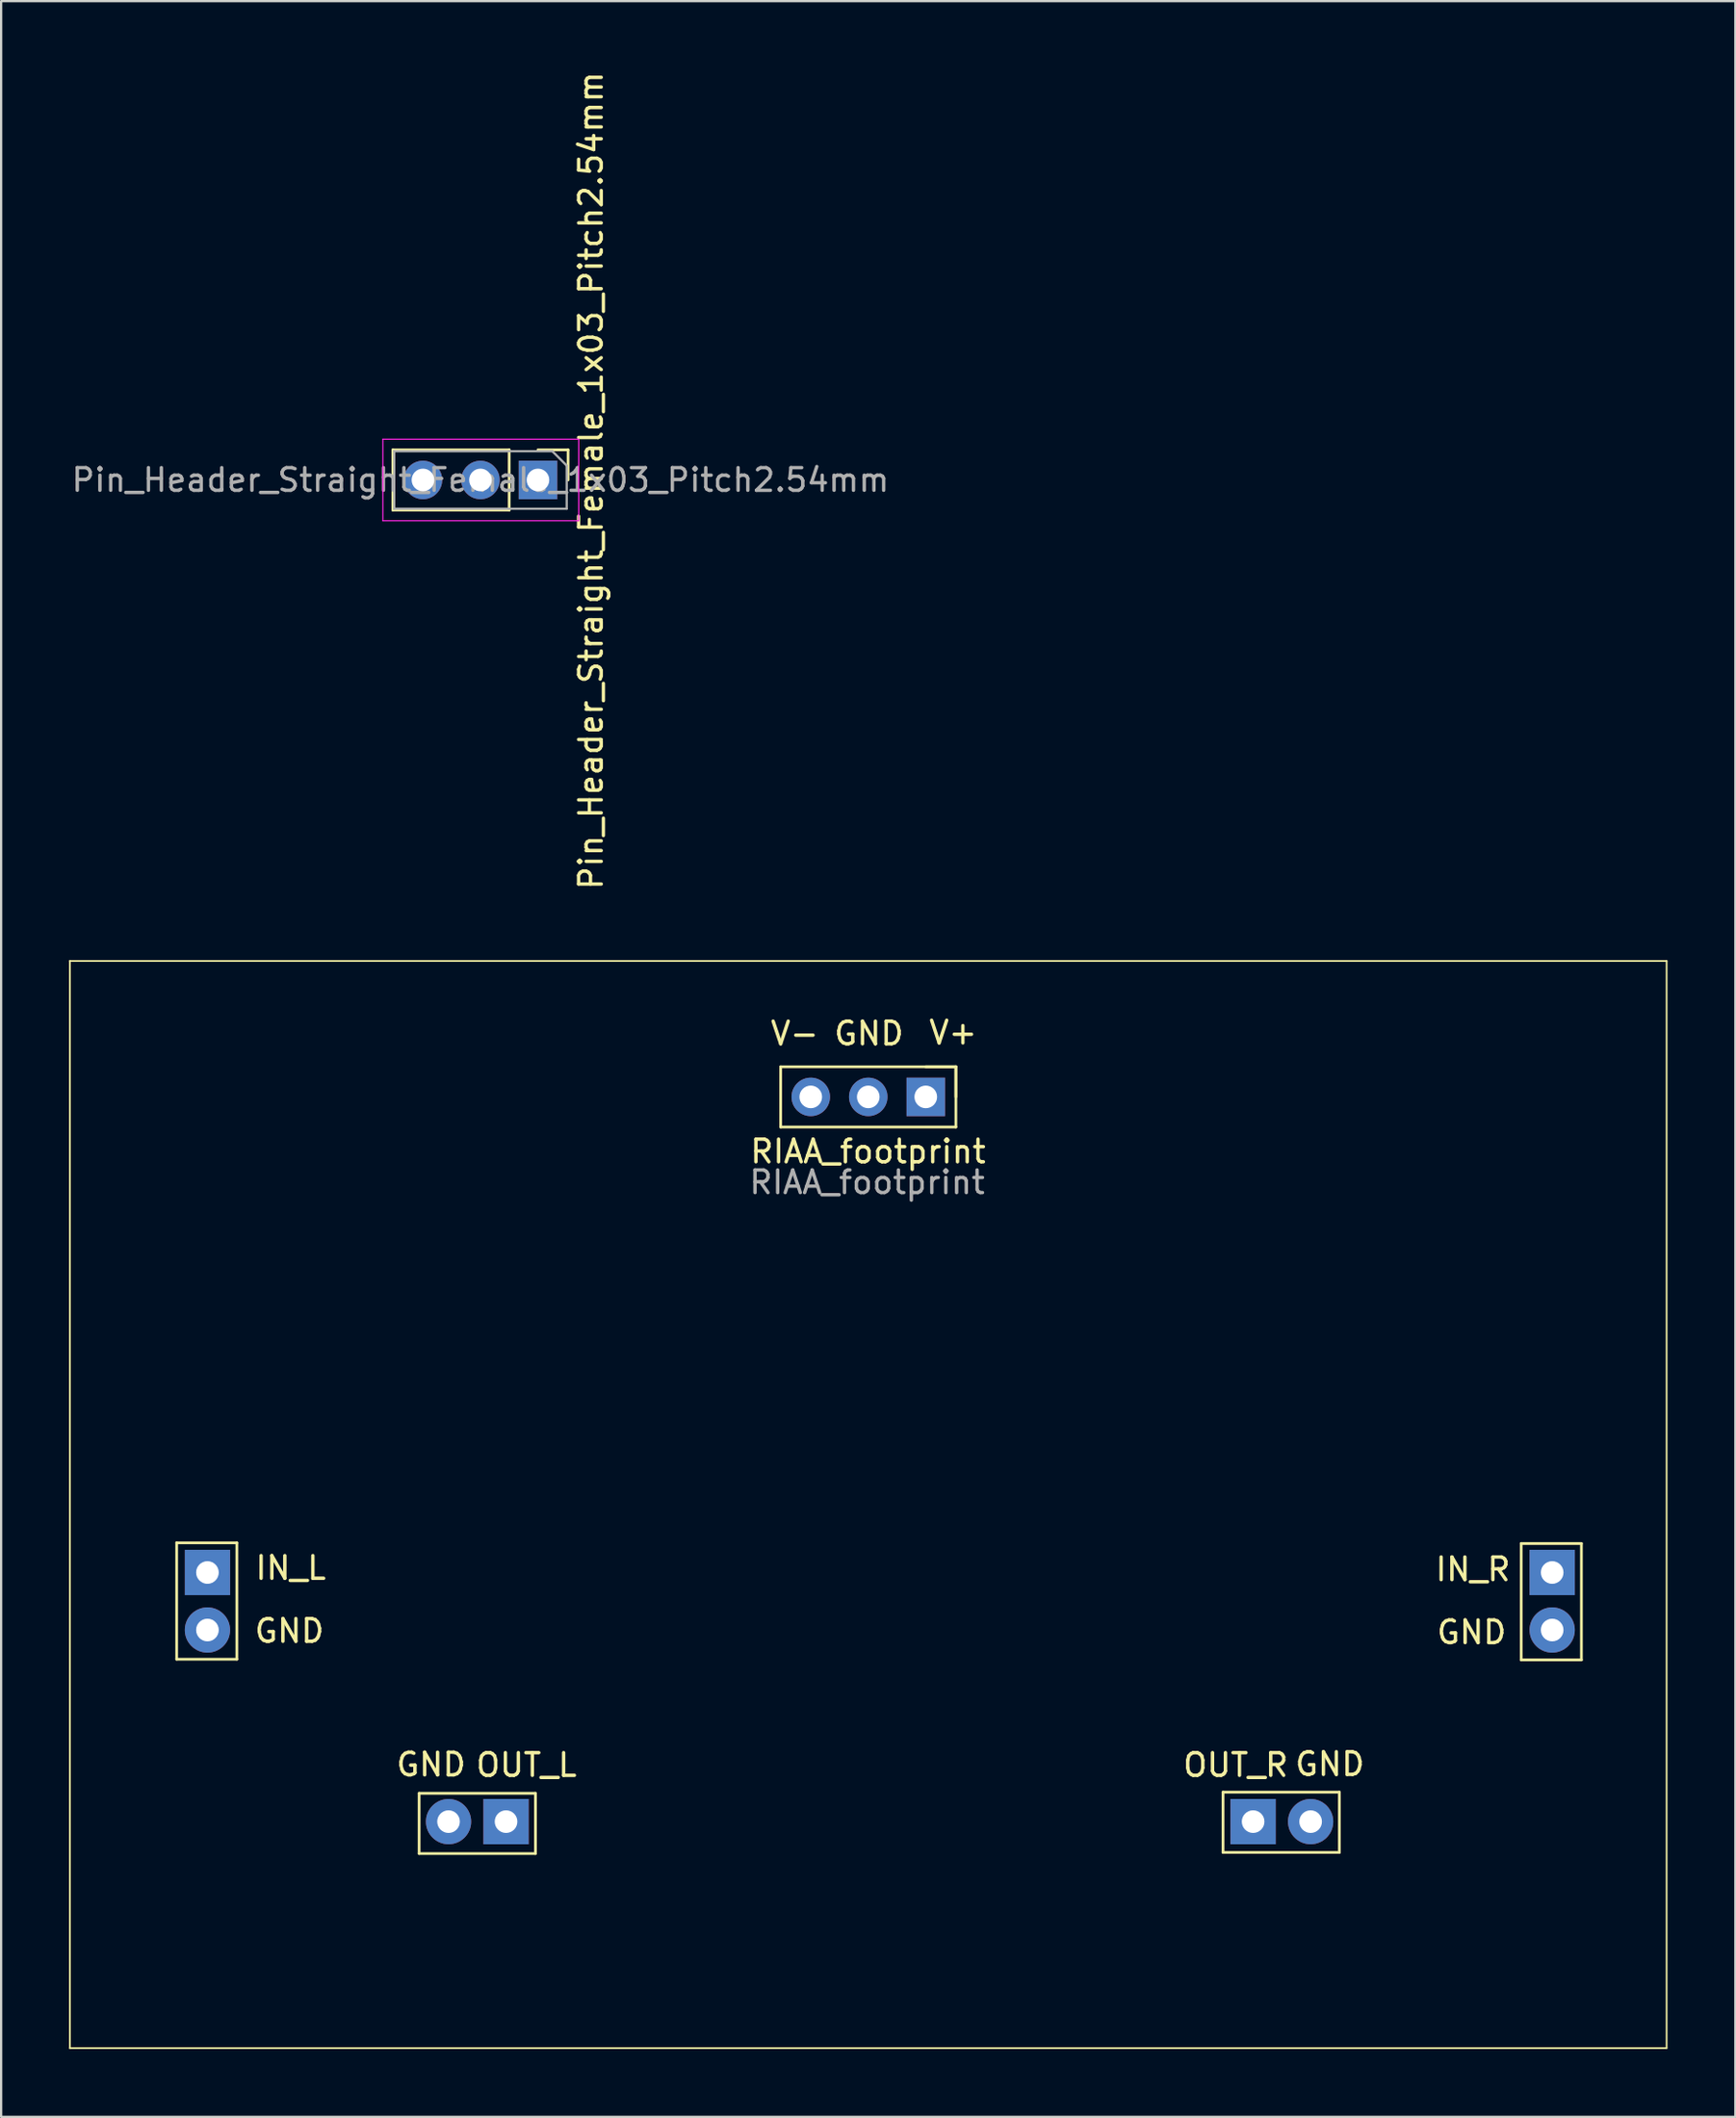
<source format=kicad_pcb>
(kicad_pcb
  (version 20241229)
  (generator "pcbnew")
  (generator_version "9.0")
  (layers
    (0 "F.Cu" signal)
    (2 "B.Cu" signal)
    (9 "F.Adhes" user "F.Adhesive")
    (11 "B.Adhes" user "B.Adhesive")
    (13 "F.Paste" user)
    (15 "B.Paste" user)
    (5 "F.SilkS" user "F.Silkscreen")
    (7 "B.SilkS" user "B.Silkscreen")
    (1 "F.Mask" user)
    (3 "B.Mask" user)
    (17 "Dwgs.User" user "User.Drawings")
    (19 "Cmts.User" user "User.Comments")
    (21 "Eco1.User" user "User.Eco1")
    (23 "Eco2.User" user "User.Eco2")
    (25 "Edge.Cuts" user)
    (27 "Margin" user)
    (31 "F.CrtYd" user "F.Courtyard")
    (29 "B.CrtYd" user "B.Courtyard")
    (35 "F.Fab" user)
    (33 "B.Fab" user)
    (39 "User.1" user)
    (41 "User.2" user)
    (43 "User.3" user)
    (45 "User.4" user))
  (footprint "Pin_Header_Straight_Female_1x03_Pitch2.54mm"
    (layer "F.Cu")
    (at 18.173 18.143)
    (property "Reference" "Pin_Header_Straight_Female_1x03_Pitch2.54mm" (at 4.88 0.03 270) (layer "F.SilkS") (effects (font (size 1 1) (thickness 0.15))))
    (attr through_hole)
    (fp_line (start -3.87 -1.33) (end -3.87 1.33) (stroke (width 0.12) (type solid)) (layer "F.SilkS"))
    (fp_line (start 1.27 -1.33) (end -3.87 -1.33) (stroke (width 0.12) (type solid)) (layer "F.SilkS"))
    (fp_line (start 1.27 -1.33) (end 1.27 1.33) (stroke (width 0.12) (type solid)) (layer "F.SilkS"))
    (fp_line (start 1.27 1.33) (end -3.87 1.33) (stroke (width 0.12) (type solid)) (layer "F.SilkS"))
    (fp_line (start 2.54 -1.33) (end 3.87 -1.33) (stroke (width 0.12) (type solid)) (layer "F.SilkS"))
    (fp_line (start 3.87 -1.33) (end 3.87 0) (stroke (width 0.12) (type solid)) (layer "F.SilkS"))
    (fp_line (start -4.31 -1.8) (end -4.31 1.8) (stroke (width 0.05) (type solid)) (layer "F.CrtYd"))
    (fp_line (start -4.31 1.8) (end 4.34 1.8) (stroke (width 0.05) (type solid)) (layer "F.CrtYd"))
    (fp_line (start 4.34 -1.8) (end -4.31 -1.8) (stroke (width 0.05) (type solid)) (layer "F.CrtYd"))
    (fp_line (start 4.34 1.8) (end 4.34 -1.8) (stroke (width 0.05) (type solid)) (layer "F.CrtYd"))
    (fp_line (start -3.81 -1.27) (end 3.175 -1.27) (stroke (width 0.1) (type solid)) (layer "F.Fab"))
    (fp_line (start -3.81 1.27) (end -3.81 -1.27) (stroke (width 0.1) (type solid)) (layer "F.Fab"))
    (fp_line (start 3.175 -1.27) (end 3.81 -0.635) (stroke (width 0.1) (type solid)) (layer "F.Fab"))
    (fp_line (start 3.81 -0.635) (end 3.81 1.27) (stroke (width 0.1) (type solid)) (layer "F.Fab"))
    (fp_line (start 3.81 1.27) (end -3.81 1.27) (stroke (width 0.1) (type solid)) (layer "F.Fab"))
    (fp_text user "${REFERENCE}" (at 0 0 0) (layer "F.Fab") (effects (font (size 1 1) (thickness 0.15))))
    (pad "1" thru_hole rect (at 2.54 0 270) (size 1.7 1.7) (drill 1) (layers "*.Cu" "*.Mask"))
    (pad "2" thru_hole oval (at 0 0 270) (size 1.7 1.7) (drill 1) (layers "*.Cu" "*.Mask"))
    (pad "3" thru_hole oval (at -2.54 0 270) (size 1.7 1.7) (drill 1) (layers "*.Cu" "*.Mask")))
  (footprint "RIAA_footprint"
    (layer "F.Cu")
    (at 35.303 45.383)
    (property "Reference" "RIAA_footprint" (at -0.01 2.41 0) (layer "F.SilkS") (effects (font (size 1 1) (thickness 0.15))))
    (attr through_hole)
    (fp_line (start -35.265 -6) (end -35.265 42) (stroke (width 0.075) (type solid)) (layer "F.SilkS"))
    (fp_line (start -30.55 19.69) (end -30.55 24.83) (stroke (width 0.12) (type solid)) (layer "F.SilkS"))
    (fp_line (start -30.55 19.69) (end -27.89 19.69) (stroke (width 0.12) (type solid)) (layer "F.SilkS"))
    (fp_line (start -30.55 24.83) (end -27.89 24.83) (stroke (width 0.12) (type solid)) (layer "F.SilkS"))
    (fp_line (start -27.89 19.69) (end -27.89 24.83) (stroke (width 0.12) (type solid)) (layer "F.SilkS"))
    (fp_line (start -19.84 30.75) (end -14.7 30.75) (stroke (width 0.12) (type solid)) (layer "F.SilkS"))
    (fp_line (start -19.84 33.41) (end -19.84 30.75) (stroke (width 0.12) (type solid)) (layer "F.SilkS"))
    (fp_line (start -19.84 33.41) (end -14.7 33.41) (stroke (width 0.12) (type solid)) (layer "F.SilkS"))
    (fp_line (start -14.7 33.41) (end -14.7 30.75) (stroke (width 0.12) (type solid)) (layer "F.SilkS"))
    (fp_line (start -3.87 -1.33) (end -3.87 1.33) (stroke (width 0.12) (type solid)) (layer "F.SilkS"))
    (fp_line (start 2.54 -1.33) (end 3.87 -1.33) (stroke (width 0.12) (type solid)) (layer "F.SilkS"))
    (fp_line (start 3.87 -1.33) (end -3.87 -1.33) (stroke (width 0.12) (type solid)) (layer "F.SilkS"))
    (fp_line (start 3.87 -1.33) (end 3.87 0) (stroke (width 0.12) (type solid)) (layer "F.SilkS"))
    (fp_line (start 3.87 -1.33) (end 3.87 1.33) (stroke (width 0.12) (type solid)) (layer "F.SilkS"))
    (fp_line (start 3.87 1.33) (end -3.87 1.33) (stroke (width 0.12) (type solid)) (layer "F.SilkS"))
    (fp_line (start 15.67 30.7) (end 20.81 30.7) (stroke (width 0.12) (type solid)) (layer "F.SilkS"))
    (fp_line (start 15.67 33.36) (end 15.67 30.7) (stroke (width 0.12) (type solid)) (layer "F.SilkS"))
    (fp_line (start 15.67 33.36) (end 20.81 33.36) (stroke (width 0.12) (type solid)) (layer "F.SilkS"))
    (fp_line (start 20.81 33.36) (end 20.81 30.7) (stroke (width 0.12) (type solid)) (layer "F.SilkS"))
    (fp_line (start 28.84 24.86) (end 28.84 19.72) (stroke (width 0.12) (type solid)) (layer "F.SilkS"))
    (fp_line (start 31.5 19.72) (end 28.84 19.72) (stroke (width 0.12) (type solid)) (layer "F.SilkS"))
    (fp_line (start 31.5 24.86) (end 28.84 24.86) (stroke (width 0.12) (type solid)) (layer "F.SilkS"))
    (fp_line (start 31.5 24.86) (end 31.5 19.72) (stroke (width 0.12) (type solid)) (layer "F.SilkS"))
    (fp_line (start 35.265 -6) (end -35.265 -6) (stroke (width 0.075) (type solid)) (layer "F.SilkS"))
    (fp_line (start 35.265 -6) (end 35.265 42) (stroke (width 0.075) (type solid)) (layer "F.SilkS"))
    (fp_line (start 35.265 42) (end -35.265 42) (stroke (width 0.075) (type solid)) (layer "F.SilkS"))
    (fp_text user "GND" (at -25.57 23.58 0) (layer "F.SilkS") (effects (font (size 1 1) (thickness 0.15))))
    (fp_text user "GND" (at -19.31 29.48 0) (layer "F.SilkS") (effects (font (size 1 1) (thickness 0.15))))
    (fp_text user "GND" (at 20.39 29.46 0) (layer "F.SilkS") (effects (font (size 1 1) (thickness 0.15))))
    (fp_text user "V-" (at -3.25 -2.8 0) (layer "F.SilkS") (effects (font (size 1 1) (thickness 0.15))))
    (fp_text user "IN_L" (at -25.51 20.8 0) (layer "F.SilkS") (effects (font (size 1 1) (thickness 0.15))))
    (fp_text user "GND" (at 26.65 23.64 0) (layer "F.SilkS") (effects (font (size 1 1) (thickness 0.15))))
    (fp_text user "OUT_L" (at -15.1 29.5 0) (layer "F.SilkS") (effects (font (size 1 1) (thickness 0.15))))
    (fp_text user "GND" (at 0.03 -2.8 0) (layer "F.SilkS") (effects (font (size 1 1) (thickness 0.15))))
    (fp_text user "OUT_R" (at 16.23 29.5 0) (layer "F.SilkS") (effects (font (size 1 1) (thickness 0.15))))
    (fp_text user "V+" (at 3.75 -2.84 0) (layer "F.SilkS") (effects (font (size 1 1) (thickness 0.15))))
    (fp_text user "IN_R" (at 26.71 20.86 0) (layer "F.SilkS") (effects (font (size 1 1) (thickness 0.15))))
    (fp_text user "${REFERENCE}" (at -0.05 3.77 0) (layer "F.Fab") (effects (font (size 1 1) (thickness 0.15))))
    (pad "1" thru_hole rect (at 2.54 0 270) (size 1.7 1.7) (drill 1) (layers "*.Cu" "*.Mask"))
    (pad "2" thru_hole oval (at 0 0 270) (size 1.7 1.7) (drill 1) (layers "*.Cu" "*.Mask"))
    (pad "3" thru_hole oval (at -2.54 0 270) (size 1.7 1.7) (drill 1) (layers "*.Cu" "*.Mask"))
    (pad "4" thru_hole rect (at -29.19 21 270) (size 2 2) (drill 1) (layers "*.Cu" "*.Mask"))
    (pad "5" thru_hole circle (at -29.19 23.54 270) (size 2 2) (drill 1) (layers "*.Cu" "*.Mask"))
    (pad "6" thru_hole circle (at -18.54 32 270) (size 2 2) (drill 1) (layers "*.Cu" "*.Mask"))
    (pad "7" thru_hole rect (at -16 32 270) (size 2 2) (drill 1) (layers "*.Cu" "*.Mask"))
    (pad "8" thru_hole rect (at 17 32 270) (size 2 2) (drill 1) (layers "*.Cu" "*.Mask"))
    (pad "9" thru_hole circle (at 19.54 32 270) (size 2 2) (drill 1) (layers "*.Cu" "*.Mask"))
    (pad "10" thru_hole circle (at 30.21 23.54 270) (size 2 2) (drill 1) (layers "*.Cu" "*.Mask"))
    (pad "11" thru_hole rect (at 30.21 21 270) (size 2 2) (drill 1) (layers "*.Cu" "*.Mask")))
  (gr_rect
    (start -3 -3)
    (end 73.605 90.42)
    (stroke (width 0.1) (type default))
    (fill no)
    (layer "Edge.Cuts")))
</source>
